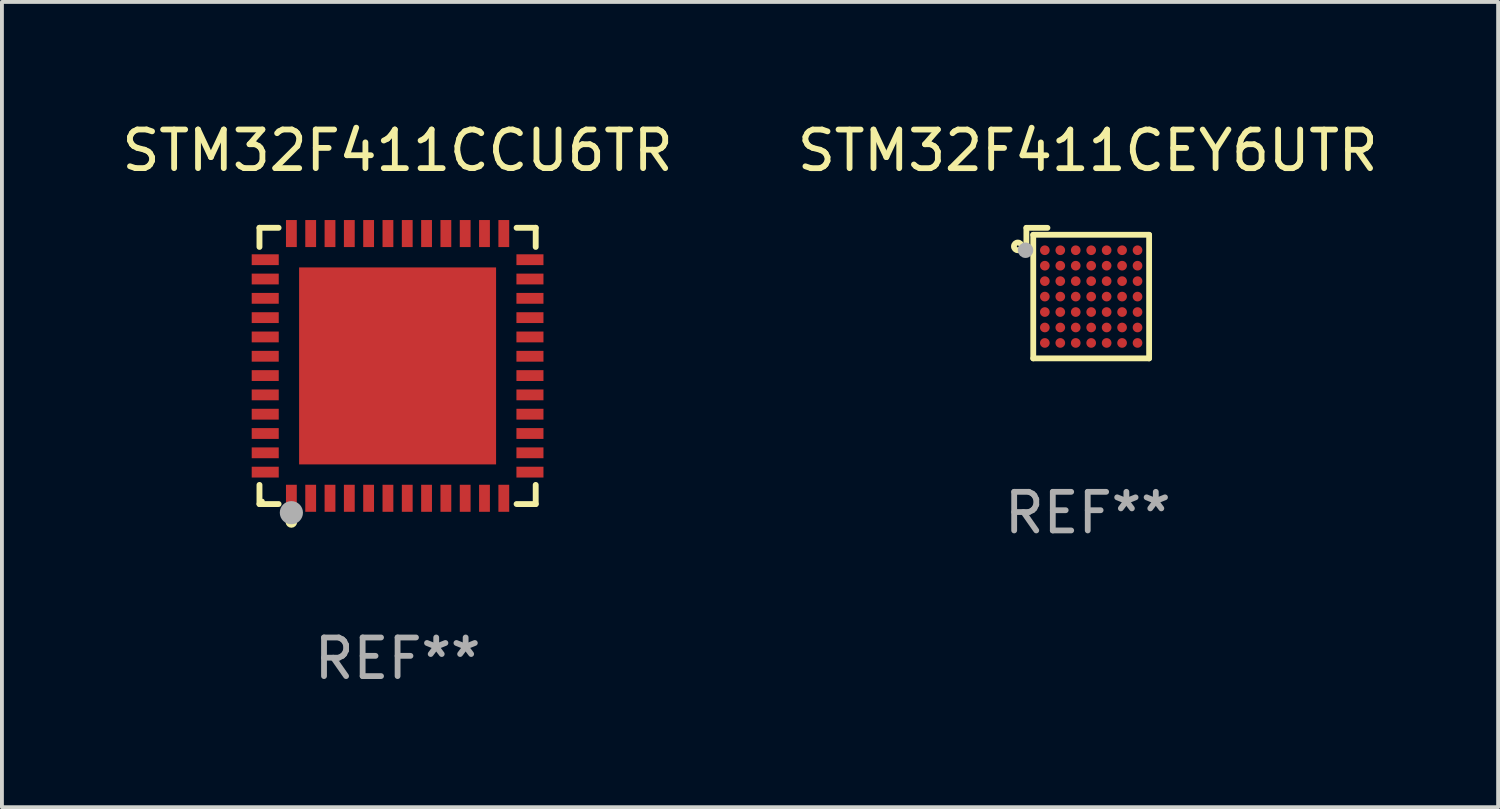
<source format=kicad_pcb>
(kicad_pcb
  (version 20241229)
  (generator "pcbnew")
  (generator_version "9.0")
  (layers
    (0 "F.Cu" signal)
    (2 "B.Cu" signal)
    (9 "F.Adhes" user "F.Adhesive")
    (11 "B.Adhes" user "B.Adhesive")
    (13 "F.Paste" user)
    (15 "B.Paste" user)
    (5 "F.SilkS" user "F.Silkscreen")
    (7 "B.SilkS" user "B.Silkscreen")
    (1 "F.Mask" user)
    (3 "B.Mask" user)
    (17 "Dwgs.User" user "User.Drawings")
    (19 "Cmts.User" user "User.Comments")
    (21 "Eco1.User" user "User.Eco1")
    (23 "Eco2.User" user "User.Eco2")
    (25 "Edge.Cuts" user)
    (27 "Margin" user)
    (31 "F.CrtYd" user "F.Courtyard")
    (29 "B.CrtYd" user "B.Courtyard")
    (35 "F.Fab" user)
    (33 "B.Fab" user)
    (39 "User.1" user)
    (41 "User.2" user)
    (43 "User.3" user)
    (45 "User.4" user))
  (footprint "STM32F411CCU6TR"
    (layer "F.Cu")
    (at 7.244 6.424)
    (property "Reference" "STM32F411CCU6TR" (at 0 -5.576 0) (layer "F.SilkS") (effects (font (size 1 1) (thickness 0.15))))
    (attr through_hole)
    (fp_line (start -3.576 -3.576) (end -3.081 -3.576) (stroke (width 0.152) (type solid)) (layer "F.SilkS"))
    (fp_line (start -3.576 -3.081) (end -3.576 -3.576) (stroke (width 0.152) (type solid)) (layer "F.SilkS"))
    (fp_line (start -3.576 3.081) (end -3.576 3.576) (stroke (width 0.152) (type solid)) (layer "F.SilkS"))
    (fp_line (start -3.576 3.576) (end -3.081 3.576) (stroke (width 0.152) (type solid)) (layer "F.SilkS"))
    (fp_line (start 3.576 -3.576) (end 3.081 -3.576) (stroke (width 0.152) (type solid)) (layer "F.SilkS"))
    (fp_line (start 3.576 -3.081) (end 3.576 -3.576) (stroke (width 0.152) (type solid)) (layer "F.SilkS"))
    (fp_line (start 3.576 3.081) (end 3.576 3.576) (stroke (width 0.152) (type solid)) (layer "F.SilkS"))
    (fp_line (start 3.576 3.576) (end 3.081 3.576) (stroke (width 0.152) (type solid)) (layer "F.SilkS"))
    (fp_circle (center -3.5 3.5) (end -3.47 3.5) (stroke (width 0.06) (type solid)) (fill no) (layer "F.SilkS"))
    (fp_circle (center -2.75 4.04) (end -2.675 4.04) (stroke (width 0.15) (type solid)) (fill no) (layer "F.SilkS"))
    (fp_circle (center -2.75 3.8) (end -2.6 3.8) (stroke (width 0.3) (type solid)) (fill no) (layer "F.Fab"))
    (fp_text user "REF**" (at 0 7.576 0) (layer "F.Fab") (effects (font (size 1 1) (thickness 0.15))))
    (pad "1" smd rect (at -2.75 3.427) (size 0.28 0.7) (layers "F.Cu" "F.Mask" "F.Paste"))
    (pad "2" smd rect (at -2.25 3.427) (size 0.28 0.7) (layers "F.Cu" "F.Mask" "F.Paste"))
    (pad "3" smd rect (at -1.75 3.427) (size 0.28 0.7) (layers "F.Cu" "F.Mask" "F.Paste"))
    (pad "4" smd rect (at -1.25 3.427) (size 0.28 0.7) (layers "F.Cu" "F.Mask" "F.Paste"))
    (pad "5" smd rect (at -0.75 3.427) (size 0.28 0.7) (layers "F.Cu" "F.Mask" "F.Paste"))
    (pad "6" smd rect (at -0.25 3.427) (size 0.28 0.7) (layers "F.Cu" "F.Mask" "F.Paste"))
    (pad "7" smd rect (at 0.25 3.427) (size 0.28 0.7) (layers "F.Cu" "F.Mask" "F.Paste"))
    (pad "8" smd rect (at 0.75 3.427) (size 0.28 0.7) (layers "F.Cu" "F.Mask" "F.Paste"))
    (pad "9" smd rect (at 1.25 3.427) (size 0.28 0.7) (layers "F.Cu" "F.Mask" "F.Paste"))
    (pad "10" smd rect (at 1.75 3.427) (size 0.28 0.7) (layers "F.Cu" "F.Mask" "F.Paste"))
    (pad "11" smd rect (at 2.25 3.427) (size 0.28 0.7) (layers "F.Cu" "F.Mask" "F.Paste"))
    (pad "12" smd rect (at 2.75 3.427) (size 0.28 0.7) (layers "F.Cu" "F.Mask" "F.Paste"))
    (pad "13" smd rect (at 3.427 2.75) (size 0.7 0.28) (layers "F.Cu" "F.Mask" "F.Paste"))
    (pad "14" smd rect (at 3.427 2.25) (size 0.7 0.28) (layers "F.Cu" "F.Mask" "F.Paste"))
    (pad "15" smd rect (at 3.427 1.75) (size 0.7 0.28) (layers "F.Cu" "F.Mask" "F.Paste"))
    (pad "16" smd rect (at 3.427 1.25) (size 0.7 0.28) (layers "F.Cu" "F.Mask" "F.Paste"))
    (pad "17" smd rect (at 3.427 0.75) (size 0.7 0.28) (layers "F.Cu" "F.Mask" "F.Paste"))
    (pad "18" smd rect (at 3.427 0.25) (size 0.7 0.28) (layers "F.Cu" "F.Mask" "F.Paste"))
    (pad "19" smd rect (at 3.427 -0.25) (size 0.7 0.28) (layers "F.Cu" "F.Mask" "F.Paste"))
    (pad "20" smd rect (at 3.427 -0.75) (size 0.7 0.28) (layers "F.Cu" "F.Mask" "F.Paste"))
    (pad "21" smd rect (at 3.427 -1.25) (size 0.7 0.28) (layers "F.Cu" "F.Mask" "F.Paste"))
    (pad "22" smd rect (at 3.427 -1.75) (size 0.7 0.28) (layers "F.Cu" "F.Mask" "F.Paste"))
    (pad "23" smd rect (at 3.427 -2.25) (size 0.7 0.28) (layers "F.Cu" "F.Mask" "F.Paste"))
    (pad "24" smd rect (at 3.427 -2.75) (size 0.7 0.28) (layers "F.Cu" "F.Mask" "F.Paste"))
    (pad "25" smd rect (at 2.75 -3.427) (size 0.28 0.7) (layers "F.Cu" "F.Mask" "F.Paste"))
    (pad "26" smd rect (at 2.25 -3.427) (size 0.28 0.7) (layers "F.Cu" "F.Mask" "F.Paste"))
    (pad "27" smd rect (at 1.75 -3.427) (size 0.28 0.7) (layers "F.Cu" "F.Mask" "F.Paste"))
    (pad "28" smd rect (at 1.25 -3.427) (size 0.28 0.7) (layers "F.Cu" "F.Mask" "F.Paste"))
    (pad "29" smd rect (at 0.75 -3.427) (size 0.28 0.7) (layers "F.Cu" "F.Mask" "F.Paste"))
    (pad "30" smd rect (at 0.25 -3.427) (size 0.28 0.7) (layers "F.Cu" "F.Mask" "F.Paste"))
    (pad "31" smd rect (at -0.25 -3.427) (size 0.28 0.7) (layers "F.Cu" "F.Mask" "F.Paste"))
    (pad "32" smd rect (at -0.75 -3.427) (size 0.28 0.7) (layers "F.Cu" "F.Mask" "F.Paste"))
    (pad "33" smd rect (at -1.25 -3.427) (size 0.28 0.7) (layers "F.Cu" "F.Mask" "F.Paste"))
    (pad "34" smd rect (at -1.75 -3.427) (size 0.28 0.7) (layers "F.Cu" "F.Mask" "F.Paste"))
    (pad "35" smd rect (at -2.25 -3.427) (size 0.28 0.7) (layers "F.Cu" "F.Mask" "F.Paste"))
    (pad "36" smd rect (at -2.75 -3.427) (size 0.28 0.7) (layers "F.Cu" "F.Mask" "F.Paste"))
    (pad "37" smd rect (at -3.427 -2.75) (size 0.7 0.28) (layers "F.Cu" "F.Mask" "F.Paste"))
    (pad "38" smd rect (at -3.427 -2.25) (size 0.7 0.28) (layers "F.Cu" "F.Mask" "F.Paste"))
    (pad "39" smd rect (at -3.427 -1.75) (size 0.7 0.28) (layers "F.Cu" "F.Mask" "F.Paste"))
    (pad "40" smd rect (at -3.427 -1.25) (size 0.7 0.28) (layers "F.Cu" "F.Mask" "F.Paste"))
    (pad "41" smd rect (at -3.427 -0.75) (size 0.7 0.28) (layers "F.Cu" "F.Mask" "F.Paste"))
    (pad "42" smd rect (at -3.427 -0.25) (size 0.7 0.28) (layers "F.Cu" "F.Mask" "F.Paste"))
    (pad "43" smd rect (at -3.427 0.25) (size 0.7 0.28) (layers "F.Cu" "F.Mask" "F.Paste"))
    (pad "44" smd rect (at -3.427 0.75) (size 0.7 0.28) (layers "F.Cu" "F.Mask" "F.Paste"))
    (pad "45" smd rect (at -3.427 1.25) (size 0.7 0.28) (layers "F.Cu" "F.Mask" "F.Paste"))
    (pad "46" smd rect (at -3.427 1.75) (size 0.7 0.28) (layers "F.Cu" "F.Mask" "F.Paste"))
    (pad "47" smd rect (at -3.427 2.25) (size 0.7 0.28) (layers "F.Cu" "F.Mask" "F.Paste"))
    (pad "48" smd rect (at -3.427 2.75) (size 0.7 0.28) (layers "F.Cu" "F.Mask" "F.Paste"))
    (pad "49" smd rect (at 0 0) (size 5.1 5.1) (layers "F.Cu" "F.Mask" "F.Paste")))
  (footprint "STM32F411CEY6UTR"
    (layer "F.Cu")
    (at 25.113 4.539)
    (property "Reference" "STM32F411CEY6UTR" (at 0 -3.69 0) (layer "F.SilkS") (effects (font (size 1 1) (thickness 0.15))))
    (attr through_hole)
    (fp_line (start -1.589 -1.69) (end -1.589 -1.18) (stroke (width 0.15) (type solid)) (layer "F.SilkS"))
    (fp_line (start -1.411 -1.51) (end -1.411 1.69) (stroke (width 0.15) (type solid)) (layer "F.SilkS"))
    (fp_line (start -1.411 1.69) (end 1.589 1.69) (stroke (width 0.15) (type solid)) (layer "F.SilkS"))
    (fp_line (start -1.411 -1.51) (end 1.589 -1.51) (stroke (width 0.15) (type solid)) (layer "F.SilkS"))
    (fp_line (start -1.043 -1.69) (end -1.589 -1.69) (stroke (width 0.15) (type solid)) (layer "F.SilkS"))
    (fp_line (start 1.589 -1.51) (end 1.589 1.69) (stroke (width 0.15) (type solid)) (layer "F.SilkS"))
    (fp_circle (center -1.811 -1.21) (end -1.711 -1.21) (stroke (width 0.15) (type solid)) (fill no) (layer "F.SilkS"))
    (fp_circle (center -1.411 -1.41) (end -1.381 -1.41) (stroke (width 0.06) (type solid)) (fill no) (layer "F.SilkS"))
    (fp_circle (center -1.611 -1.11) (end -1.511 -1.11) (stroke (width 0.2) (type solid)) (fill no) (layer "F.Fab"))
    (fp_text user "REF**" (at 0 5.69 0) (layer "F.Fab") (effects (font (size 1 1) (thickness 0.15))))
    (pad "A1" smd circle (at -1.111 -1.11) (size 0.25 0.25) (layers "F.Cu" "F.Mask" "F.Paste"))
    (pad "A2" smd circle (at -0.711 -1.11) (size 0.25 0.25) (layers "F.Cu" "F.Mask" "F.Paste"))
    (pad "A3" smd circle (at -0.311 -1.11) (size 0.25 0.25) (layers "F.Cu" "F.Mask" "F.Paste"))
    (pad "A4" smd circle (at 0.089 -1.11) (size 0.25 0.25) (layers "F.Cu" "F.Mask" "F.Paste"))
    (pad "A5" smd circle (at 0.489 -1.11) (size 0.25 0.25) (layers "F.Cu" "F.Mask" "F.Paste"))
    (pad "A6" smd circle (at 0.889 -1.11) (size 0.25 0.25) (layers "F.Cu" "F.Mask" "F.Paste"))
    (pad "A7" smd circle (at 1.289 -1.11) (size 0.25 0.25) (layers "F.Cu" "F.Mask" "F.Paste"))
    (pad "B1" smd circle (at -1.111 -0.71) (size 0.25 0.25) (layers "F.Cu" "F.Mask" "F.Paste"))
    (pad "B2" smd circle (at -0.711 -0.71) (size 0.25 0.25) (layers "F.Cu" "F.Mask" "F.Paste"))
    (pad "B3" smd circle (at -0.311 -0.71) (size 0.25 0.25) (layers "F.Cu" "F.Mask" "F.Paste"))
    (pad "B4" smd circle (at 0.089 -0.71) (size 0.25 0.25) (layers "F.Cu" "F.Mask" "F.Paste"))
    (pad "B5" smd circle (at 0.489 -0.71) (size 0.25 0.25) (layers "F.Cu" "F.Mask" "F.Paste"))
    (pad "B6" smd circle (at 0.889 -0.71) (size 0.25 0.25) (layers "F.Cu" "F.Mask" "F.Paste"))
    (pad "B7" smd circle (at 1.289 -0.71) (size 0.25 0.25) (layers "F.Cu" "F.Mask" "F.Paste"))
    (pad "C1" smd circle (at -1.111 -0.31) (size 0.25 0.25) (layers "F.Cu" "F.Mask" "F.Paste"))
    (pad "C2" smd circle (at -0.711 -0.31) (size 0.25 0.25) (layers "F.Cu" "F.Mask" "F.Paste"))
    (pad "C3" smd circle (at -0.311 -0.31) (size 0.25 0.25) (layers "F.Cu" "F.Mask" "F.Paste"))
    (pad "C4" smd circle (at 0.089 -0.31) (size 0.25 0.25) (layers "F.Cu" "F.Mask" "F.Paste"))
    (pad "C5" smd circle (at 0.489 -0.31) (size 0.25 0.25) (layers "F.Cu" "F.Mask" "F.Paste"))
    (pad "C6" smd circle (at 0.889 -0.31) (size 0.25 0.25) (layers "F.Cu" "F.Mask" "F.Paste"))
    (pad "C7" smd circle (at 1.289 -0.31) (size 0.25 0.25) (layers "F.Cu" "F.Mask" "F.Paste"))
    (pad "D1" smd circle (at -1.111 0.09) (size 0.25 0.25) (layers "F.Cu" "F.Mask" "F.Paste"))
    (pad "D2" smd circle (at -0.711 0.09) (size 0.25 0.25) (layers "F.Cu" "F.Mask" "F.Paste"))
    (pad "D3" smd circle (at -0.311 0.09) (size 0.25 0.25) (layers "F.Cu" "F.Mask" "F.Paste"))
    (pad "D4" smd circle (at 0.089 0.09) (size 0.25 0.25) (layers "F.Cu" "F.Mask" "F.Paste"))
    (pad "D5" smd circle (at 0.489 0.09) (size 0.25 0.25) (layers "F.Cu" "F.Mask" "F.Paste"))
    (pad "D6" smd circle (at 0.889 0.09) (size 0.25 0.25) (layers "F.Cu" "F.Mask" "F.Paste"))
    (pad "D7" smd circle (at 1.289 0.09) (size 0.25 0.25) (layers "F.Cu" "F.Mask" "F.Paste"))
    (pad "E1" smd circle (at -1.111 0.49) (size 0.25 0.25) (layers "F.Cu" "F.Mask" "F.Paste"))
    (pad "E2" smd circle (at -0.711 0.49) (size 0.25 0.25) (layers "F.Cu" "F.Mask" "F.Paste"))
    (pad "E3" smd circle (at -0.311 0.49) (size 0.25 0.25) (layers "F.Cu" "F.Mask" "F.Paste"))
    (pad "E4" smd circle (at 0.089 0.49) (size 0.25 0.25) (layers "F.Cu" "F.Mask" "F.Paste"))
    (pad "E5" smd circle (at 0.489 0.49) (size 0.25 0.25) (layers "F.Cu" "F.Mask" "F.Paste"))
    (pad "E6" smd circle (at 0.889 0.49) (size 0.25 0.25) (layers "F.Cu" "F.Mask" "F.Paste"))
    (pad "E7" smd circle (at 1.289 0.49) (size 0.25 0.25) (layers "F.Cu" "F.Mask" "F.Paste"))
    (pad "F1" smd circle (at -1.111 0.89) (size 0.25 0.25) (layers "F.Cu" "F.Mask" "F.Paste"))
    (pad "F2" smd circle (at -0.711 0.89) (size 0.25 0.25) (layers "F.Cu" "F.Mask" "F.Paste"))
    (pad "F3" smd circle (at -0.311 0.89) (size 0.25 0.25) (layers "F.Cu" "F.Mask" "F.Paste"))
    (pad "F4" smd circle (at 0.089 0.89) (size 0.25 0.25) (layers "F.Cu" "F.Mask" "F.Paste"))
    (pad "F5" smd circle (at 0.489 0.89) (size 0.25 0.25) (layers "F.Cu" "F.Mask" "F.Paste"))
    (pad "F6" smd circle (at 0.889 0.89) (size 0.25 0.25) (layers "F.Cu" "F.Mask" "F.Paste"))
    (pad "F7" smd circle (at 1.289 0.89) (size 0.25 0.25) (layers "F.Cu" "F.Mask" "F.Paste"))
    (pad "G1" smd circle (at -1.111 1.29) (size 0.25 0.25) (layers "F.Cu" "F.Mask" "F.Paste"))
    (pad "G2" smd circle (at -0.711 1.29) (size 0.25 0.25) (layers "F.Cu" "F.Mask" "F.Paste"))
    (pad "G3" smd circle (at -0.311 1.29) (size 0.25 0.25) (layers "F.Cu" "F.Mask" "F.Paste"))
    (pad "G4" smd circle (at 0.089 1.29) (size 0.25 0.25) (layers "F.Cu" "F.Mask" "F.Paste"))
    (pad "G5" smd circle (at 0.489 1.29) (size 0.25 0.25) (layers "F.Cu" "F.Mask" "F.Paste"))
    (pad "G6" smd circle (at 0.889 1.29) (size 0.25 0.25) (layers "F.Cu" "F.Mask" "F.Paste"))
    (pad "G7" smd circle (at 1.289 1.29) (size 0.25 0.25) (layers "F.Cu" "F.Mask" "F.Paste")))
  (gr_rect
    (start -3 -3)
    (end 35.738 17.849)
    (stroke (width 0.1) (type default))
    (fill no)
    (layer "Edge.Cuts")))
</source>
